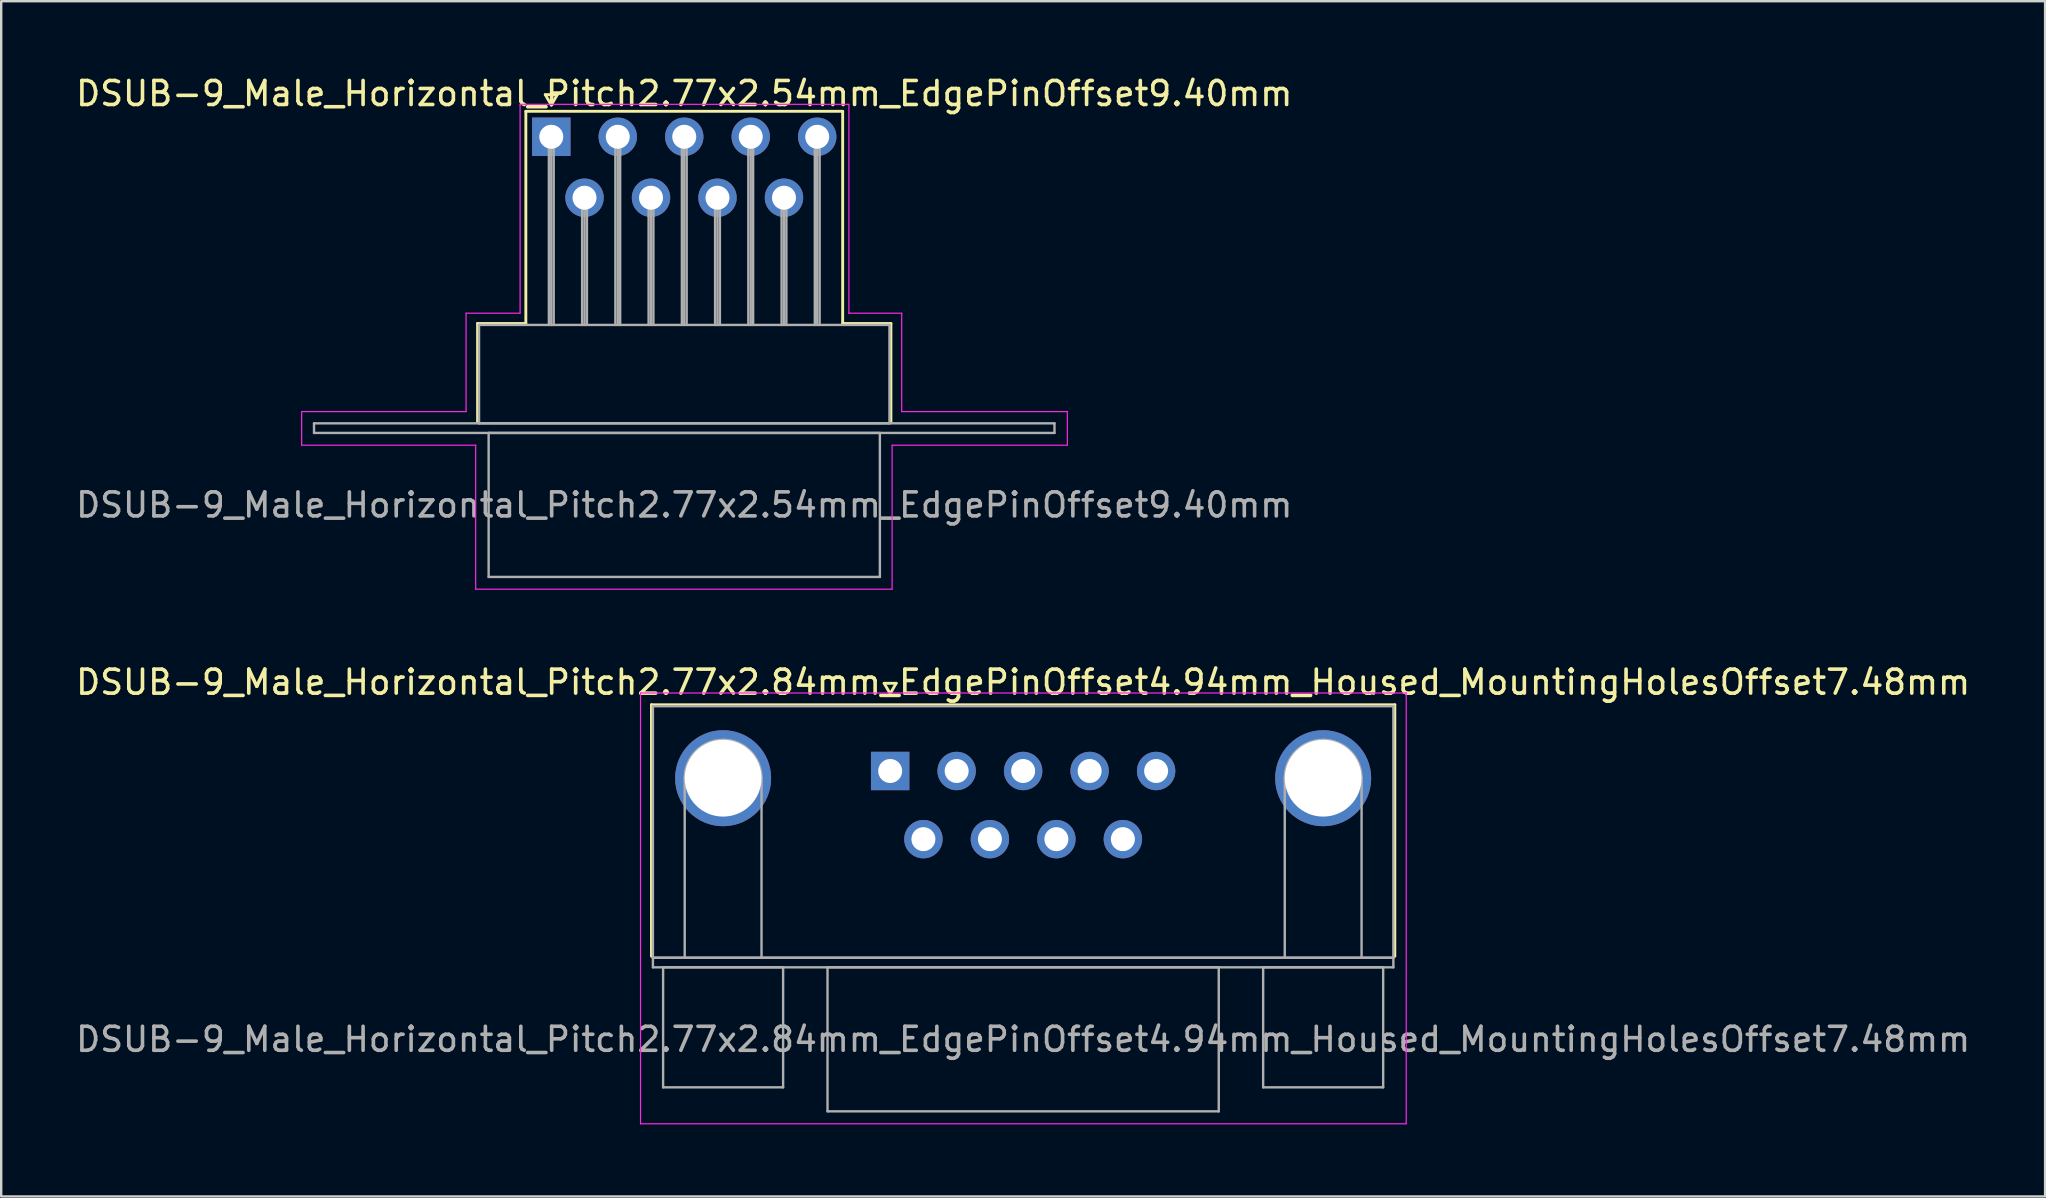
<source format=kicad_pcb>
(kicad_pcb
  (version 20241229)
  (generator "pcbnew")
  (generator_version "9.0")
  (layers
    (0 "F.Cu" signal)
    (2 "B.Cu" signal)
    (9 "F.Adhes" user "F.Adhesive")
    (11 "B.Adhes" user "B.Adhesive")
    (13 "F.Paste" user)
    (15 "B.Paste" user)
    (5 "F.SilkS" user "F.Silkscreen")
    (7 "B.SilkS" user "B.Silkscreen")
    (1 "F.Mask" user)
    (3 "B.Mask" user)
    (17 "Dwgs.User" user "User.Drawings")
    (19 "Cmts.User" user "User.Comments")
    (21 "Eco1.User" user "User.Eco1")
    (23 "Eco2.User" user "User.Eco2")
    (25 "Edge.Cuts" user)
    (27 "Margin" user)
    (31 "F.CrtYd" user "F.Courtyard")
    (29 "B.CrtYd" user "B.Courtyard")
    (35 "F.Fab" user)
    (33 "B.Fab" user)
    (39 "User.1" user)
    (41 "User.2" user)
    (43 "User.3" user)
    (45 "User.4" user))
  (footprint "DSUB-9_Male_Horizontal_Pitch2.77x2.84mm_EdgePinOffset4.94mm_Housed_MountingHolesOffset7.48mm"
    (layer "F.Cu")
    (at 34.037 29.072)
    (property "Reference" "DSUB-9_Male_Horizontal_Pitch2.77x2.84mm_EdgePinOffset4.94mm_Housed_MountingHolesOffset7.48mm" (at 5.54 -3.7 0) (layer "F.SilkS") (effects (font (size 1 1) (thickness 0.15))))
    (attr through_hole)
    (fp_line (start -9.945 -2.76) (end 21.025 -2.76) (stroke (width 0.12) (type solid)) (layer "F.SilkS"))
    (fp_line (start -9.945 7.72) (end -9.945 -2.76) (stroke (width 0.12) (type solid)) (layer "F.SilkS"))
    (fp_line (start -0.25 -3.654) (end 0.25 -3.654) (stroke (width 0.12) (type solid)) (layer "F.SilkS"))
    (fp_line (start 0 -3.221) (end -0.25 -3.654) (stroke (width 0.12) (type solid)) (layer "F.SilkS"))
    (fp_line (start 0.25 -3.654) (end 0 -3.221) (stroke (width 0.12) (type solid)) (layer "F.SilkS"))
    (fp_line (start 21.025 -2.76) (end 21.025 7.72) (stroke (width 0.12) (type solid)) (layer "F.SilkS"))
    (fp_line (start -10.4 -3.25) (end -10.4 14.7) (stroke (width 0.05) (type solid)) (layer "F.CrtYd"))
    (fp_line (start -10.4 14.7) (end 21.5 14.7) (stroke (width 0.05) (type solid)) (layer "F.CrtYd"))
    (fp_line (start 21.5 -3.25) (end -10.4 -3.25) (stroke (width 0.05) (type solid)) (layer "F.CrtYd"))
    (fp_line (start 21.5 14.7) (end 21.5 -3.25) (stroke (width 0.05) (type solid)) (layer "F.CrtYd"))
    (fp_line (start -9.885 -2.7) (end -9.885 7.78) (stroke (width 0.1) (type solid)) (layer "F.Fab"))
    (fp_line (start -9.885 7.78) (end -9.885 8.18) (stroke (width 0.1) (type solid)) (layer "F.Fab"))
    (fp_line (start -9.885 7.78) (end 20.965 7.78) (stroke (width 0.1) (type solid)) (layer "F.Fab"))
    (fp_line (start -9.885 8.18) (end 20.965 8.18) (stroke (width 0.1) (type solid)) (layer "F.Fab"))
    (fp_line (start -9.46 8.18) (end -9.46 13.18) (stroke (width 0.1) (type solid)) (layer "F.Fab"))
    (fp_line (start -9.46 13.18) (end -4.46 13.18) (stroke (width 0.1) (type solid)) (layer "F.Fab"))
    (fp_line (start -8.56 7.78) (end -8.56 0.3) (stroke (width 0.1) (type solid)) (layer "F.Fab"))
    (fp_line (start -5.36 7.78) (end -5.36 0.3) (stroke (width 0.1) (type solid)) (layer "F.Fab"))
    (fp_line (start -4.46 8.18) (end -9.46 8.18) (stroke (width 0.1) (type solid)) (layer "F.Fab"))
    (fp_line (start -4.46 13.18) (end -4.46 8.18) (stroke (width 0.1) (type solid)) (layer "F.Fab"))
    (fp_line (start -2.61 8.18) (end -2.61 14.18) (stroke (width 0.1) (type solid)) (layer "F.Fab"))
    (fp_line (start -2.61 14.18) (end 13.69 14.18) (stroke (width 0.1) (type solid)) (layer "F.Fab"))
    (fp_line (start 13.69 8.18) (end -2.61 8.18) (stroke (width 0.1) (type solid)) (layer "F.Fab"))
    (fp_line (start 13.69 14.18) (end 13.69 8.18) (stroke (width 0.1) (type solid)) (layer "F.Fab"))
    (fp_line (start 15.54 8.18) (end 15.54 13.18) (stroke (width 0.1) (type solid)) (layer "F.Fab"))
    (fp_line (start 15.54 13.18) (end 20.54 13.18) (stroke (width 0.1) (type solid)) (layer "F.Fab"))
    (fp_line (start 16.44 7.78) (end 16.44 0.3) (stroke (width 0.1) (type solid)) (layer "F.Fab"))
    (fp_line (start 19.64 7.78) (end 19.64 0.3) (stroke (width 0.1) (type solid)) (layer "F.Fab"))
    (fp_line (start 20.54 8.18) (end 15.54 8.18) (stroke (width 0.1) (type solid)) (layer "F.Fab"))
    (fp_line (start 20.54 13.18) (end 20.54 8.18) (stroke (width 0.1) (type solid)) (layer "F.Fab"))
    (fp_line (start 20.965 -2.7) (end -9.885 -2.7) (stroke (width 0.1) (type solid)) (layer "F.Fab"))
    (fp_line (start 20.965 7.78) (end -9.885 7.78) (stroke (width 0.1) (type solid)) (layer "F.Fab"))
    (fp_line (start 20.965 7.78) (end 20.965 -2.7) (stroke (width 0.1) (type solid)) (layer "F.Fab"))
    (fp_line (start 20.965 8.18) (end 20.965 7.78) (stroke (width 0.1) (type solid)) (layer "F.Fab"))
    (fp_arc (start -8.56 0.3) (mid -6.96 -1.3) (end -5.36 0.3) (stroke (width 0.1) (type solid)) (layer "F.Fab"))
    (fp_arc (start 16.44 0.3) (mid 18.04 -1.3) (end 19.64 0.3) (stroke (width 0.1) (type solid)) (layer "F.Fab"))
    (fp_text user "${REFERENCE}" (at 5.54 11.18 0) (layer "F.Fab") (effects (font (size 1 1) (thickness 0.15))))
    (pad "0" thru_hole circle (at -6.96 0.3) (size 4 4) (drill 3.2) (layers "*.Cu" "*.Mask"))
    (pad "0" thru_hole circle (at 18.04 0.3) (size 4 4) (drill 3.2) (layers "*.Cu" "*.Mask"))
    (pad "1" thru_hole rect (at 0 0) (size 1.6 1.6) (drill 1) (layers "*.Cu" "*.Mask"))
    (pad "2" thru_hole circle (at 2.77 0) (size 1.6 1.6) (drill 1) (layers "*.Cu" "*.Mask"))
    (pad "3" thru_hole circle (at 5.54 0) (size 1.6 1.6) (drill 1) (layers "*.Cu" "*.Mask"))
    (pad "4" thru_hole circle (at 8.31 0) (size 1.6 1.6) (drill 1) (layers "*.Cu" "*.Mask"))
    (pad "5" thru_hole circle (at 11.08 0) (size 1.6 1.6) (drill 1) (layers "*.Cu" "*.Mask"))
    (pad "6" thru_hole circle (at 1.385 2.84) (size 1.6 1.6) (drill 1) (layers "*.Cu" "*.Mask"))
    (pad "7" thru_hole circle (at 4.155 2.84) (size 1.6 1.6) (drill 1) (layers "*.Cu" "*.Mask"))
    (pad "8" thru_hole circle (at 6.925 2.84) (size 1.6 1.6) (drill 1) (layers "*.Cu" "*.Mask"))
    (pad "9" thru_hole circle (at 9.695 2.84) (size 1.6 1.6) (drill 1) (layers "*.Cu" "*.Mask")))
  (footprint "DSUB-9_Male_Horizontal_Pitch2.77x2.54mm_EdgePinOffset9.40mm"
    (layer "F.Cu")
    (at 19.918 2.648)
    (property "Reference" "DSUB-9_Male_Horizontal_Pitch2.77x2.54mm_EdgePinOffset9.40mm" (at 5.54 -1.8 0) (layer "F.SilkS") (effects (font (size 1 1) (thickness 0.15))))
    (attr through_hole)
    (fp_line (start -3.07 7.78) (end -1.06 7.78) (stroke (width 0.12) (type solid)) (layer "F.SilkS"))
    (fp_line (start -3.07 11.88) (end -3.07 7.78) (stroke (width 0.12) (type solid)) (layer "F.SilkS"))
    (fp_line (start -1.06 -1.06) (end 12.14 -1.06) (stroke (width 0.12) (type solid)) (layer "F.SilkS"))
    (fp_line (start -1.06 7.78) (end -1.06 -1.06) (stroke (width 0.12) (type solid)) (layer "F.SilkS"))
    (fp_line (start -0.25 -1.754) (end 0.25 -1.754) (stroke (width 0.12) (type solid)) (layer "F.SilkS"))
    (fp_line (start 0 -1.321) (end -0.25 -1.754) (stroke (width 0.12) (type solid)) (layer "F.SilkS"))
    (fp_line (start 0.25 -1.754) (end 0 -1.321) (stroke (width 0.12) (type solid)) (layer "F.SilkS"))
    (fp_line (start 12.14 -1.06) (end 12.14 7.78) (stroke (width 0.12) (type solid)) (layer "F.SilkS"))
    (fp_line (start 12.14 7.78) (end 14.15 7.78) (stroke (width 0.12) (type solid)) (layer "F.SilkS"))
    (fp_line (start 14.15 7.78) (end 14.15 11.88) (stroke (width 0.12) (type solid)) (layer "F.SilkS"))
    (fp_line (start -10.4 11.45) (end -3.55 11.45) (stroke (width 0.05) (type solid)) (layer "F.CrtYd"))
    (fp_line (start -10.4 12.85) (end -10.4 11.45) (stroke (width 0.05) (type solid)) (layer "F.CrtYd"))
    (fp_line (start -3.55 7.35) (end -1.3 7.35) (stroke (width 0.05) (type solid)) (layer "F.CrtYd"))
    (fp_line (start -3.55 11.45) (end -3.55 7.35) (stroke (width 0.05) (type solid)) (layer "F.CrtYd"))
    (fp_line (start -3.15 12.85) (end -10.4 12.85) (stroke (width 0.05) (type solid)) (layer "F.CrtYd"))
    (fp_line (start -3.15 18.85) (end -3.15 12.85) (stroke (width 0.05) (type solid)) (layer "F.CrtYd"))
    (fp_line (start -1.3 -1.35) (end 12.4 -1.35) (stroke (width 0.05) (type solid)) (layer "F.CrtYd"))
    (fp_line (start -1.3 7.35) (end -1.3 -1.35) (stroke (width 0.05) (type solid)) (layer "F.CrtYd"))
    (fp_line (start 12.4 -1.35) (end 12.4 7.35) (stroke (width 0.05) (type solid)) (layer "F.CrtYd"))
    (fp_line (start 12.4 7.35) (end 14.6 7.35) (stroke (width 0.05) (type solid)) (layer "F.CrtYd"))
    (fp_line (start 14.2 12.85) (end 14.2 18.85) (stroke (width 0.05) (type solid)) (layer "F.CrtYd"))
    (fp_line (start 14.2 18.85) (end -3.15 18.85) (stroke (width 0.05) (type solid)) (layer "F.CrtYd"))
    (fp_line (start 14.6 7.35) (end 14.6 11.45) (stroke (width 0.05) (type solid)) (layer "F.CrtYd"))
    (fp_line (start 14.6 11.45) (end 21.5 11.45) (stroke (width 0.05) (type solid)) (layer "F.CrtYd"))
    (fp_line (start 21.5 11.45) (end 21.5 12.85) (stroke (width 0.05) (type solid)) (layer "F.CrtYd"))
    (fp_line (start 21.5 12.85) (end 14.2 12.85) (stroke (width 0.05) (type solid)) (layer "F.CrtYd"))
    (fp_line (start -9.885 11.94) (end -9.885 12.34) (stroke (width 0.1) (type solid)) (layer "F.Fab"))
    (fp_line (start -9.885 12.34) (end 20.965 12.34) (stroke (width 0.1) (type solid)) (layer "F.Fab"))
    (fp_line (start -3.01 7.84) (end -3.01 11.94) (stroke (width 0.1) (type solid)) (layer "F.Fab"))
    (fp_line (start -3.01 11.94) (end 14.09 11.94) (stroke (width 0.1) (type solid)) (layer "F.Fab"))
    (fp_line (start -2.61 12.34) (end -2.61 18.34) (stroke (width 0.1) (type solid)) (layer "F.Fab"))
    (fp_line (start -2.61 18.34) (end 13.69 18.34) (stroke (width 0.1) (type solid)) (layer "F.Fab"))
    (fp_line (start -0.1 0) (end -0.1 7.84) (stroke (width 0.1) (type solid)) (layer "F.Fab"))
    (fp_line (start 0 0) (end 0 7.84) (stroke (width 0.1) (type solid)) (layer "F.Fab"))
    (fp_line (start 0.1 0) (end 0.1 7.84) (stroke (width 0.1) (type solid)) (layer "F.Fab"))
    (fp_line (start 1.285 2.54) (end 1.285 7.84) (stroke (width 0.1) (type solid)) (layer "F.Fab"))
    (fp_line (start 1.385 2.54) (end 1.385 7.84) (stroke (width 0.1) (type solid)) (layer "F.Fab"))
    (fp_line (start 1.485 2.54) (end 1.485 7.84) (stroke (width 0.1) (type solid)) (layer "F.Fab"))
    (fp_line (start 2.67 0) (end 2.67 7.84) (stroke (width 0.1) (type solid)) (layer "F.Fab"))
    (fp_line (start 2.77 0) (end 2.77 7.84) (stroke (width 0.1) (type solid)) (layer "F.Fab"))
    (fp_line (start 2.87 0) (end 2.87 7.84) (stroke (width 0.1) (type solid)) (layer "F.Fab"))
    (fp_line (start 4.055 2.54) (end 4.055 7.84) (stroke (width 0.1) (type solid)) (layer "F.Fab"))
    (fp_line (start 4.155 2.54) (end 4.155 7.84) (stroke (width 0.1) (type solid)) (layer "F.Fab"))
    (fp_line (start 4.255 2.54) (end 4.255 7.84) (stroke (width 0.1) (type solid)) (layer "F.Fab"))
    (fp_line (start 5.44 0) (end 5.44 7.84) (stroke (width 0.1) (type solid)) (layer "F.Fab"))
    (fp_line (start 5.54 0) (end 5.54 7.84) (stroke (width 0.1) (type solid)) (layer "F.Fab"))
    (fp_line (start 5.64 0) (end 5.64 7.84) (stroke (width 0.1) (type solid)) (layer "F.Fab"))
    (fp_line (start 6.825 2.54) (end 6.825 7.84) (stroke (width 0.1) (type solid)) (layer "F.Fab"))
    (fp_line (start 6.925 2.54) (end 6.925 7.84) (stroke (width 0.1) (type solid)) (layer "F.Fab"))
    (fp_line (start 7.025 2.54) (end 7.025 7.84) (stroke (width 0.1) (type solid)) (layer "F.Fab"))
    (fp_line (start 8.21 0) (end 8.21 7.84) (stroke (width 0.1) (type solid)) (layer "F.Fab"))
    (fp_line (start 8.31 0) (end 8.31 7.84) (stroke (width 0.1) (type solid)) (layer "F.Fab"))
    (fp_line (start 8.41 0) (end 8.41 7.84) (stroke (width 0.1) (type solid)) (layer "F.Fab"))
    (fp_line (start 9.595 2.54) (end 9.595 7.84) (stroke (width 0.1) (type solid)) (layer "F.Fab"))
    (fp_line (start 9.695 2.54) (end 9.695 7.84) (stroke (width 0.1) (type solid)) (layer "F.Fab"))
    (fp_line (start 9.795 2.54) (end 9.795 7.84) (stroke (width 0.1) (type solid)) (layer "F.Fab"))
    (fp_line (start 10.98 0) (end 10.98 7.84) (stroke (width 0.1) (type solid)) (layer "F.Fab"))
    (fp_line (start 11.08 0) (end 11.08 7.84) (stroke (width 0.1) (type solid)) (layer "F.Fab"))
    (fp_line (start 11.18 0) (end 11.18 7.84) (stroke (width 0.1) (type solid)) (layer "F.Fab"))
    (fp_line (start 13.69 12.34) (end -2.61 12.34) (stroke (width 0.1) (type solid)) (layer "F.Fab"))
    (fp_line (start 13.69 18.34) (end 13.69 12.34) (stroke (width 0.1) (type solid)) (layer "F.Fab"))
    (fp_line (start 14.09 7.84) (end -3.01 7.84) (stroke (width 0.1) (type solid)) (layer "F.Fab"))
    (fp_line (start 14.09 11.94) (end 14.09 7.84) (stroke (width 0.1) (type solid)) (layer "F.Fab"))
    (fp_line (start 20.965 11.94) (end -9.885 11.94) (stroke (width 0.1) (type solid)) (layer "F.Fab"))
    (fp_line (start 20.965 12.34) (end 20.965 11.94) (stroke (width 0.1) (type solid)) (layer "F.Fab"))
    (fp_text user "${REFERENCE}" (at 5.54 15.34 0) (layer "F.Fab") (effects (font (size 1 1) (thickness 0.15))))
    (pad "1" thru_hole rect (at 0 0) (size 1.6 1.6) (drill 1) (layers "*.Cu" "*.Mask"))
    (pad "2" thru_hole circle (at 2.77 0) (size 1.6 1.6) (drill 1) (layers "*.Cu" "*.Mask"))
    (pad "3" thru_hole circle (at 5.54 0) (size 1.6 1.6) (drill 1) (layers "*.Cu" "*.Mask"))
    (pad "4" thru_hole circle (at 8.31 0) (size 1.6 1.6) (drill 1) (layers "*.Cu" "*.Mask"))
    (pad "5" thru_hole circle (at 11.08 0) (size 1.6 1.6) (drill 1) (layers "*.Cu" "*.Mask"))
    (pad "6" thru_hole circle (at 1.385 2.54) (size 1.6 1.6) (drill 1) (layers "*.Cu" "*.Mask"))
    (pad "7" thru_hole circle (at 4.155 2.54) (size 1.6 1.6) (drill 1) (layers "*.Cu" "*.Mask"))
    (pad "8" thru_hole circle (at 6.925 2.54) (size 1.6 1.6) (drill 1) (layers "*.Cu" "*.Mask"))
    (pad "9" thru_hole circle (at 9.695 2.54) (size 1.6 1.6) (drill 1) (layers "*.Cu" "*.Mask")))
  (gr_rect
    (start -3 -3)
    (end 82.155 46.797)
    (stroke (width 0.1) (type default))
    (fill no)
    (layer "Edge.Cuts")))
</source>
